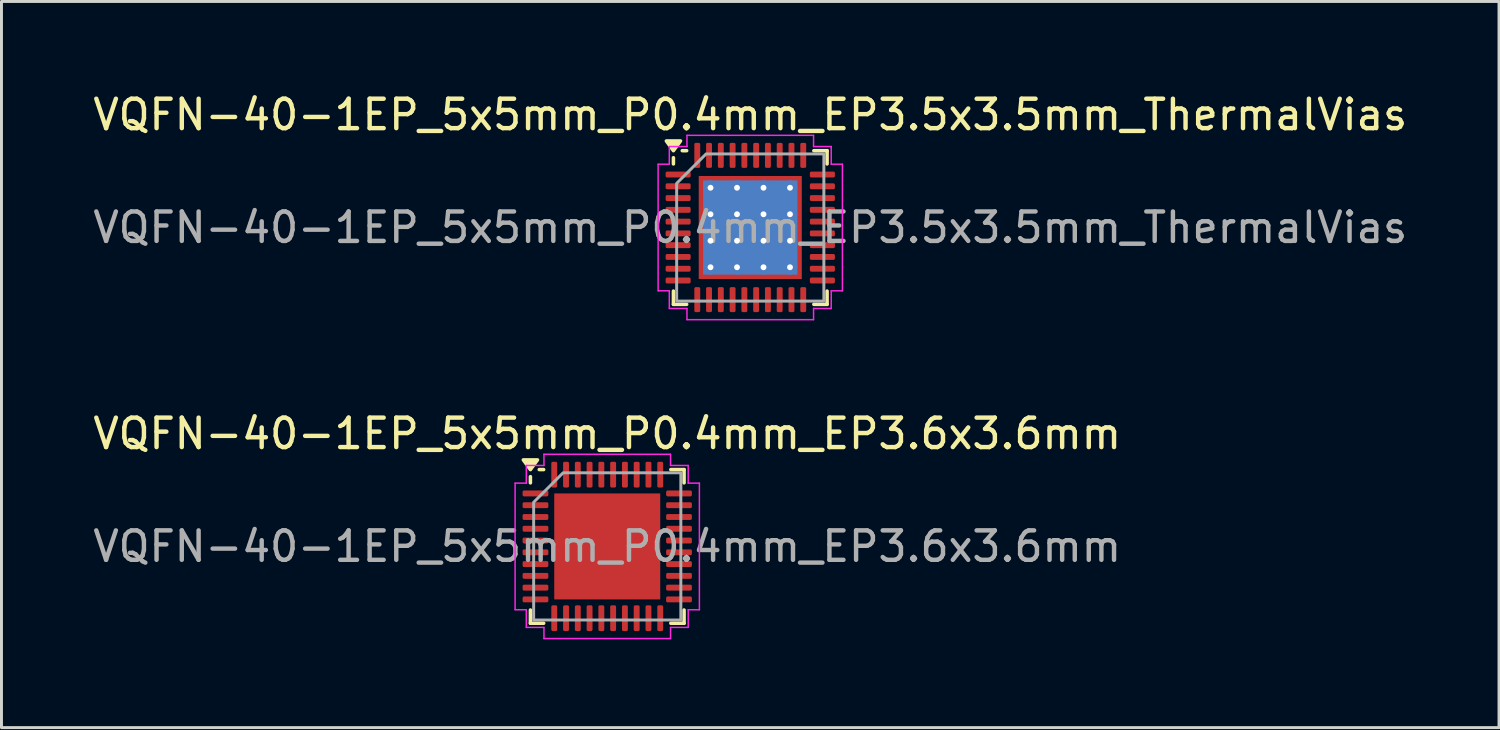
<source format=kicad_pcb>
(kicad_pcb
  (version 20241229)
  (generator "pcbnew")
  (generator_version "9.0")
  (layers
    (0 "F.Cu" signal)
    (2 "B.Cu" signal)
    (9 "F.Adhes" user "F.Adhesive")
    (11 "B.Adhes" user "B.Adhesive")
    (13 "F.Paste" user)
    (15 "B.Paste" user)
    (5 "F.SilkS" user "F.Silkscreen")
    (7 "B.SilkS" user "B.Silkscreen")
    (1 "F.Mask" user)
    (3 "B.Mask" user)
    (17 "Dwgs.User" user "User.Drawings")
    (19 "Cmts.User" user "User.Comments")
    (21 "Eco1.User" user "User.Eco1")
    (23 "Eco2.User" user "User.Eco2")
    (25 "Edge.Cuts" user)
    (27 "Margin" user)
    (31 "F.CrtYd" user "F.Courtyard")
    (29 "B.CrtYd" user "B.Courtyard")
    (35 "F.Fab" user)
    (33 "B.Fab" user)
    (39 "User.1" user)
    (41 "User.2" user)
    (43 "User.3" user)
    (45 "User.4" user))
  (footprint "VQFN-40-1EP_5x5mm_P0.4mm_EP3.6x3.6mm"
    (layer "F.Cu")
    (at 17.577 15.511)
    (property "Reference" "VQFN-40-1EP_5x5mm_P0.4mm_EP3.6x3.6mm" (at 0 -3.83 0) (layer "F.SilkS") (effects (font (size 1 1) (thickness 0.15))))
    (attr smd)
    (fp_line (start -2.61 -2.16) (end -2.61 -2.37) (stroke (width 0.12) (type solid)) (layer "F.SilkS"))
    (fp_line (start -2.61 2.61) (end -2.61 2.16) (stroke (width 0.12) (type solid)) (layer "F.SilkS"))
    (fp_line (start -2.16 -2.61) (end -2.31 -2.61) (stroke (width 0.12) (type solid)) (layer "F.SilkS"))
    (fp_line (start -2.16 2.61) (end -2.61 2.61) (stroke (width 0.12) (type solid)) (layer "F.SilkS"))
    (fp_line (start 2.16 -2.61) (end 2.61 -2.61) (stroke (width 0.12) (type solid)) (layer "F.SilkS"))
    (fp_line (start 2.16 2.61) (end 2.61 2.61) (stroke (width 0.12) (type solid)) (layer "F.SilkS"))
    (fp_line (start 2.61 -2.61) (end 2.61 -2.16) (stroke (width 0.12) (type solid)) (layer "F.SilkS"))
    (fp_line (start 2.61 2.61) (end 2.61 2.16) (stroke (width 0.12) (type solid)) (layer "F.SilkS"))
    (fp_poly (pts (xy -2.61 -2.61) (xy -2.85 -2.94) (xy -2.37 -2.94)) (stroke (width 0.12) (type solid)) (fill yes) (layer "F.SilkS"))
    (fp_line (start -3.13 -2.15) (end -2.75 -2.15) (stroke (width 0.05) (type solid)) (layer "F.CrtYd"))
    (fp_line (start -3.13 2.15) (end -3.13 -2.15) (stroke (width 0.05) (type solid)) (layer "F.CrtYd"))
    (fp_line (start -2.75 -2.75) (end -2.15 -2.75) (stroke (width 0.05) (type solid)) (layer "F.CrtYd"))
    (fp_line (start -2.75 -2.15) (end -2.75 -2.75) (stroke (width 0.05) (type solid)) (layer "F.CrtYd"))
    (fp_line (start -2.75 2.15) (end -3.13 2.15) (stroke (width 0.05) (type solid)) (layer "F.CrtYd"))
    (fp_line (start -2.75 2.75) (end -2.75 2.15) (stroke (width 0.05) (type solid)) (layer "F.CrtYd"))
    (fp_line (start -2.15 -3.13) (end 2.15 -3.13) (stroke (width 0.05) (type solid)) (layer "F.CrtYd"))
    (fp_line (start -2.15 -2.75) (end -2.15 -3.13) (stroke (width 0.05) (type solid)) (layer "F.CrtYd"))
    (fp_line (start -2.15 2.75) (end -2.75 2.75) (stroke (width 0.05) (type solid)) (layer "F.CrtYd"))
    (fp_line (start -2.15 3.13) (end -2.15 2.75) (stroke (width 0.05) (type solid)) (layer "F.CrtYd"))
    (fp_line (start 2.15 -3.13) (end 2.15 -2.75) (stroke (width 0.05) (type solid)) (layer "F.CrtYd"))
    (fp_line (start 2.15 -2.75) (end 2.75 -2.75) (stroke (width 0.05) (type solid)) (layer "F.CrtYd"))
    (fp_line (start 2.15 2.75) (end 2.15 3.13) (stroke (width 0.05) (type solid)) (layer "F.CrtYd"))
    (fp_line (start 2.15 3.13) (end -2.15 3.13) (stroke (width 0.05) (type solid)) (layer "F.CrtYd"))
    (fp_line (start 2.75 -2.75) (end 2.75 -2.15) (stroke (width 0.05) (type solid)) (layer "F.CrtYd"))
    (fp_line (start 2.75 -2.15) (end 3.13 -2.15) (stroke (width 0.05) (type solid)) (layer "F.CrtYd"))
    (fp_line (start 2.75 2.15) (end 2.75 2.75) (stroke (width 0.05) (type solid)) (layer "F.CrtYd"))
    (fp_line (start 2.75 2.75) (end 2.15 2.75) (stroke (width 0.05) (type solid)) (layer "F.CrtYd"))
    (fp_line (start 3.13 -2.15) (end 3.13 2.15) (stroke (width 0.05) (type solid)) (layer "F.CrtYd"))
    (fp_line (start 3.13 2.15) (end 2.75 2.15) (stroke (width 0.05) (type solid)) (layer "F.CrtYd"))
    (fp_poly (pts (xy -2.5 -1.5) (xy -2.5 2.5) (xy 2.5 2.5) (xy 2.5 -2.5) (xy -1.5 -2.5)) (stroke (width 0.1) (type solid)) (fill no) (layer "F.Fab"))
    (fp_text user "${REFERENCE}" (at 0 0 0) (layer "F.Fab") (effects (font (size 1 1) (thickness 0.15))))
    (pad "" smd roundrect (at -0.9 -0.9) (size 1.45 1.45) (layers "F.Paste") (roundrect_rratio 0.172))
    (pad "" smd roundrect (at -0.9 0.9) (size 1.45 1.45) (layers "F.Paste") (roundrect_rratio 0.172))
    (pad "" smd roundrect (at 0.9 -0.9) (size 1.45 1.45) (layers "F.Paste") (roundrect_rratio 0.172))
    (pad "" smd roundrect (at 0.9 0.9) (size 1.45 1.45) (layers "F.Paste") (roundrect_rratio 0.172))
    (pad "1" smd roundrect (at -2.438 -1.8) (size 0.875 0.2) (layers "F.Cu" "F.Mask" "F.Paste") (roundrect_rratio 0.25))
    (pad "2" smd roundrect (at -2.438 -1.4) (size 0.875 0.2) (layers "F.Cu" "F.Mask" "F.Paste") (roundrect_rratio 0.25))
    (pad "3" smd roundrect (at -2.438 -1) (size 0.875 0.2) (layers "F.Cu" "F.Mask" "F.Paste") (roundrect_rratio 0.25))
    (pad "4" smd roundrect (at -2.438 -0.6) (size 0.875 0.2) (layers "F.Cu" "F.Mask" "F.Paste") (roundrect_rratio 0.25))
    (pad "5" smd roundrect (at -2.438 -0.2) (size 0.875 0.2) (layers "F.Cu" "F.Mask" "F.Paste") (roundrect_rratio 0.25))
    (pad "6" smd roundrect (at -2.438 0.2) (size 0.875 0.2) (layers "F.Cu" "F.Mask" "F.Paste") (roundrect_rratio 0.25))
    (pad "7" smd roundrect (at -2.438 0.6) (size 0.875 0.2) (layers "F.Cu" "F.Mask" "F.Paste") (roundrect_rratio 0.25))
    (pad "8" smd roundrect (at -2.438 1) (size 0.875 0.2) (layers "F.Cu" "F.Mask" "F.Paste") (roundrect_rratio 0.25))
    (pad "9" smd roundrect (at -2.438 1.4) (size 0.875 0.2) (layers "F.Cu" "F.Mask" "F.Paste") (roundrect_rratio 0.25))
    (pad "10" smd roundrect (at -2.438 1.8) (size 0.875 0.2) (layers "F.Cu" "F.Mask" "F.Paste") (roundrect_rratio 0.25))
    (pad "11" smd roundrect (at -1.8 2.438) (size 0.2 0.875) (layers "F.Cu" "F.Mask" "F.Paste") (roundrect_rratio 0.25))
    (pad "12" smd roundrect (at -1.4 2.438) (size 0.2 0.875) (layers "F.Cu" "F.Mask" "F.Paste") (roundrect_rratio 0.25))
    (pad "13" smd roundrect (at -1 2.438) (size 0.2 0.875) (layers "F.Cu" "F.Mask" "F.Paste") (roundrect_rratio 0.25))
    (pad "14" smd roundrect (at -0.6 2.438) (size 0.2 0.875) (layers "F.Cu" "F.Mask" "F.Paste") (roundrect_rratio 0.25))
    (pad "15" smd roundrect (at -0.2 2.438) (size 0.2 0.875) (layers "F.Cu" "F.Mask" "F.Paste") (roundrect_rratio 0.25))
    (pad "16" smd roundrect (at 0.2 2.438) (size 0.2 0.875) (layers "F.Cu" "F.Mask" "F.Paste") (roundrect_rratio 0.25))
    (pad "17" smd roundrect (at 0.6 2.438) (size 0.2 0.875) (layers "F.Cu" "F.Mask" "F.Paste") (roundrect_rratio 0.25))
    (pad "18" smd roundrect (at 1 2.438) (size 0.2 0.875) (layers "F.Cu" "F.Mask" "F.Paste") (roundrect_rratio 0.25))
    (pad "19" smd roundrect (at 1.4 2.438) (size 0.2 0.875) (layers "F.Cu" "F.Mask" "F.Paste") (roundrect_rratio 0.25))
    (pad "20" smd roundrect (at 1.8 2.438) (size 0.2 0.875) (layers "F.Cu" "F.Mask" "F.Paste") (roundrect_rratio 0.25))
    (pad "21" smd roundrect (at 2.438 1.8) (size 0.875 0.2) (layers "F.Cu" "F.Mask" "F.Paste") (roundrect_rratio 0.25))
    (pad "22" smd roundrect (at 2.438 1.4) (size 0.875 0.2) (layers "F.Cu" "F.Mask" "F.Paste") (roundrect_rratio 0.25))
    (pad "23" smd roundrect (at 2.438 1) (size 0.875 0.2) (layers "F.Cu" "F.Mask" "F.Paste") (roundrect_rratio 0.25))
    (pad "24" smd roundrect (at 2.438 0.6) (size 0.875 0.2) (layers "F.Cu" "F.Mask" "F.Paste") (roundrect_rratio 0.25))
    (pad "25" smd roundrect (at 2.438 0.2) (size 0.875 0.2) (layers "F.Cu" "F.Mask" "F.Paste") (roundrect_rratio 0.25))
    (pad "26" smd roundrect (at 2.438 -0.2) (size 0.875 0.2) (layers "F.Cu" "F.Mask" "F.Paste") (roundrect_rratio 0.25))
    (pad "27" smd roundrect (at 2.438 -0.6) (size 0.875 0.2) (layers "F.Cu" "F.Mask" "F.Paste") (roundrect_rratio 0.25))
    (pad "28" smd roundrect (at 2.438 -1) (size 0.875 0.2) (layers "F.Cu" "F.Mask" "F.Paste") (roundrect_rratio 0.25))
    (pad "29" smd roundrect (at 2.438 -1.4) (size 0.875 0.2) (layers "F.Cu" "F.Mask" "F.Paste") (roundrect_rratio 0.25))
    (pad "30" smd roundrect (at 2.438 -1.8) (size 0.875 0.2) (layers "F.Cu" "F.Mask" "F.Paste") (roundrect_rratio 0.25))
    (pad "31" smd roundrect (at 1.8 -2.438) (size 0.2 0.875) (layers "F.Cu" "F.Mask" "F.Paste") (roundrect_rratio 0.25))
    (pad "32" smd roundrect (at 1.4 -2.438) (size 0.2 0.875) (layers "F.Cu" "F.Mask" "F.Paste") (roundrect_rratio 0.25))
    (pad "33" smd roundrect (at 1 -2.438) (size 0.2 0.875) (layers "F.Cu" "F.Mask" "F.Paste") (roundrect_rratio 0.25))
    (pad "34" smd roundrect (at 0.6 -2.438) (size 0.2 0.875) (layers "F.Cu" "F.Mask" "F.Paste") (roundrect_rratio 0.25))
    (pad "35" smd roundrect (at 0.2 -2.438) (size 0.2 0.875) (layers "F.Cu" "F.Mask" "F.Paste") (roundrect_rratio 0.25))
    (pad "36" smd roundrect (at -0.2 -2.438) (size 0.2 0.875) (layers "F.Cu" "F.Mask" "F.Paste") (roundrect_rratio 0.25))
    (pad "37" smd roundrect (at -0.6 -2.438) (size 0.2 0.875) (layers "F.Cu" "F.Mask" "F.Paste") (roundrect_rratio 0.25))
    (pad "38" smd roundrect (at -1 -2.438) (size 0.2 0.875) (layers "F.Cu" "F.Mask" "F.Paste") (roundrect_rratio 0.25))
    (pad "39" smd roundrect (at -1.4 -2.438) (size 0.2 0.875) (layers "F.Cu" "F.Mask" "F.Paste") (roundrect_rratio 0.25))
    (pad "40" smd roundrect (at -1.8 -2.438) (size 0.2 0.875) (layers "F.Cu" "F.Mask" "F.Paste") (roundrect_rratio 0.25))
    (pad "41" smd rect (at 0 0) (size 3.6 3.6) (property pad_prop_heatsink) (layers "F.Cu" "F.Mask")))
  (footprint "VQFN-40-1EP_5x5mm_P0.4mm_EP3.5x3.5mm_ThermalVias"
    (layer "F.Cu")
    (at 22.435 4.678)
    (property "Reference" "VQFN-40-1EP_5x5mm_P0.4mm_EP3.5x3.5mm_ThermalVias" (at 0 -3.83 0) (layer "F.SilkS") (effects (font (size 1 1) (thickness 0.15))))
    (attr smd)
    (fp_line (start -2.61 -2.16) (end -2.61 -2.37) (stroke (width 0.12) (type solid)) (layer "F.SilkS"))
    (fp_line (start -2.61 2.61) (end -2.61 2.16) (stroke (width 0.12) (type solid)) (layer "F.SilkS"))
    (fp_line (start -2.16 -2.61) (end -2.31 -2.61) (stroke (width 0.12) (type solid)) (layer "F.SilkS"))
    (fp_line (start -2.16 2.61) (end -2.61 2.61) (stroke (width 0.12) (type solid)) (layer "F.SilkS"))
    (fp_line (start 2.16 -2.61) (end 2.61 -2.61) (stroke (width 0.12) (type solid)) (layer "F.SilkS"))
    (fp_line (start 2.16 2.61) (end 2.61 2.61) (stroke (width 0.12) (type solid)) (layer "F.SilkS"))
    (fp_line (start 2.61 -2.61) (end 2.61 -2.16) (stroke (width 0.12) (type solid)) (layer "F.SilkS"))
    (fp_line (start 2.61 2.61) (end 2.61 2.16) (stroke (width 0.12) (type solid)) (layer "F.SilkS"))
    (fp_poly (pts (xy -2.61 -2.61) (xy -2.85 -2.94) (xy -2.37 -2.94)) (stroke (width 0.12) (type solid)) (fill yes) (layer "F.SilkS"))
    (fp_line (start -3.13 -2.15) (end -2.75 -2.15) (stroke (width 0.05) (type solid)) (layer "F.CrtYd"))
    (fp_line (start -3.13 2.15) (end -3.13 -2.15) (stroke (width 0.05) (type solid)) (layer "F.CrtYd"))
    (fp_line (start -2.75 -2.75) (end -2.15 -2.75) (stroke (width 0.05) (type solid)) (layer "F.CrtYd"))
    (fp_line (start -2.75 -2.15) (end -2.75 -2.75) (stroke (width 0.05) (type solid)) (layer "F.CrtYd"))
    (fp_line (start -2.75 2.15) (end -3.13 2.15) (stroke (width 0.05) (type solid)) (layer "F.CrtYd"))
    (fp_line (start -2.75 2.75) (end -2.75 2.15) (stroke (width 0.05) (type solid)) (layer "F.CrtYd"))
    (fp_line (start -2.15 -3.13) (end 2.15 -3.13) (stroke (width 0.05) (type solid)) (layer "F.CrtYd"))
    (fp_line (start -2.15 -2.75) (end -2.15 -3.13) (stroke (width 0.05) (type solid)) (layer "F.CrtYd"))
    (fp_line (start -2.15 2.75) (end -2.75 2.75) (stroke (width 0.05) (type solid)) (layer "F.CrtYd"))
    (fp_line (start -2.15 3.13) (end -2.15 2.75) (stroke (width 0.05) (type solid)) (layer "F.CrtYd"))
    (fp_line (start 2.15 -3.13) (end 2.15 -2.75) (stroke (width 0.05) (type solid)) (layer "F.CrtYd"))
    (fp_line (start 2.15 -2.75) (end 2.75 -2.75) (stroke (width 0.05) (type solid)) (layer "F.CrtYd"))
    (fp_line (start 2.15 2.75) (end 2.15 3.13) (stroke (width 0.05) (type solid)) (layer "F.CrtYd"))
    (fp_line (start 2.15 3.13) (end -2.15 3.13) (stroke (width 0.05) (type solid)) (layer "F.CrtYd"))
    (fp_line (start 2.75 -2.75) (end 2.75 -2.15) (stroke (width 0.05) (type solid)) (layer "F.CrtYd"))
    (fp_line (start 2.75 -2.15) (end 3.13 -2.15) (stroke (width 0.05) (type solid)) (layer "F.CrtYd"))
    (fp_line (start 2.75 2.15) (end 2.75 2.75) (stroke (width 0.05) (type solid)) (layer "F.CrtYd"))
    (fp_line (start 2.75 2.75) (end 2.15 2.75) (stroke (width 0.05) (type solid)) (layer "F.CrtYd"))
    (fp_line (start 3.13 -2.15) (end 3.13 2.15) (stroke (width 0.05) (type solid)) (layer "F.CrtYd"))
    (fp_line (start 3.13 2.15) (end 2.75 2.15) (stroke (width 0.05) (type solid)) (layer "F.CrtYd"))
    (fp_poly (pts (xy -2.5 -1.5) (xy -2.5 2.5) (xy 2.5 2.5) (xy 2.5 -2.5) (xy -1.5 -2.5)) (stroke (width 0.1) (type solid)) (fill no) (layer "F.Fab"))
    (fp_text user "${REFERENCE}" (at 0 0 0) (layer "F.Fab") (effects (font (size 1 1) (thickness 0.15))))
    (pad "" smd roundrect (at -0.875 -0.875) (size 1.52 1.52) (layers "F.Paste") (roundrect_rratio 0.164))
    (pad "" smd roundrect (at -0.875 0.875) (size 1.52 1.52) (layers "F.Paste") (roundrect_rratio 0.164))
    (pad "" smd roundrect (at 0.875 -0.875) (size 1.52 1.52) (layers "F.Paste") (roundrect_rratio 0.164))
    (pad "" smd roundrect (at 0.875 0.875) (size 1.52 1.52) (layers "F.Paste") (roundrect_rratio 0.164))
    (pad "1" smd roundrect (at -2.45 -1.8) (size 0.85 0.2) (layers "F.Cu" "F.Mask" "F.Paste") (roundrect_rratio 0.25))
    (pad "2" smd roundrect (at -2.45 -1.4) (size 0.85 0.2) (layers "F.Cu" "F.Mask" "F.Paste") (roundrect_rratio 0.25))
    (pad "3" smd roundrect (at -2.45 -1) (size 0.85 0.2) (layers "F.Cu" "F.Mask" "F.Paste") (roundrect_rratio 0.25))
    (pad "4" smd roundrect (at -2.45 -0.6) (size 0.85 0.2) (layers "F.Cu" "F.Mask" "F.Paste") (roundrect_rratio 0.25))
    (pad "5" smd roundrect (at -2.45 -0.2) (size 0.85 0.2) (layers "F.Cu" "F.Mask" "F.Paste") (roundrect_rratio 0.25))
    (pad "6" smd roundrect (at -2.45 0.2) (size 0.85 0.2) (layers "F.Cu" "F.Mask" "F.Paste") (roundrect_rratio 0.25))
    (pad "7" smd roundrect (at -2.45 0.6) (size 0.85 0.2) (layers "F.Cu" "F.Mask" "F.Paste") (roundrect_rratio 0.25))
    (pad "8" smd roundrect (at -2.45 1) (size 0.85 0.2) (layers "F.Cu" "F.Mask" "F.Paste") (roundrect_rratio 0.25))
    (pad "9" smd roundrect (at -2.45 1.4) (size 0.85 0.2) (layers "F.Cu" "F.Mask" "F.Paste") (roundrect_rratio 0.25))
    (pad "10" smd roundrect (at -2.45 1.8) (size 0.85 0.2) (layers "F.Cu" "F.Mask" "F.Paste") (roundrect_rratio 0.25))
    (pad "11" smd roundrect (at -1.8 2.45) (size 0.2 0.85) (layers "F.Cu" "F.Mask" "F.Paste") (roundrect_rratio 0.25))
    (pad "12" smd roundrect (at -1.4 2.45) (size 0.2 0.85) (layers "F.Cu" "F.Mask" "F.Paste") (roundrect_rratio 0.25))
    (pad "13" smd roundrect (at -1 2.45) (size 0.2 0.85) (layers "F.Cu" "F.Mask" "F.Paste") (roundrect_rratio 0.25))
    (pad "14" smd roundrect (at -0.6 2.45) (size 0.2 0.85) (layers "F.Cu" "F.Mask" "F.Paste") (roundrect_rratio 0.25))
    (pad "15" smd roundrect (at -0.2 2.45) (size 0.2 0.85) (layers "F.Cu" "F.Mask" "F.Paste") (roundrect_rratio 0.25))
    (pad "16" smd roundrect (at 0.2 2.45) (size 0.2 0.85) (layers "F.Cu" "F.Mask" "F.Paste") (roundrect_rratio 0.25))
    (pad "17" smd roundrect (at 0.6 2.45) (size 0.2 0.85) (layers "F.Cu" "F.Mask" "F.Paste") (roundrect_rratio 0.25))
    (pad "18" smd roundrect (at 1 2.45) (size 0.2 0.85) (layers "F.Cu" "F.Mask" "F.Paste") (roundrect_rratio 0.25))
    (pad "19" smd roundrect (at 1.4 2.45) (size 0.2 0.85) (layers "F.Cu" "F.Mask" "F.Paste") (roundrect_rratio 0.25))
    (pad "20" smd roundrect (at 1.8 2.45) (size 0.2 0.85) (layers "F.Cu" "F.Mask" "F.Paste") (roundrect_rratio 0.25))
    (pad "21" smd roundrect (at 2.45 1.8) (size 0.85 0.2) (layers "F.Cu" "F.Mask" "F.Paste") (roundrect_rratio 0.25))
    (pad "22" smd roundrect (at 2.45 1.4) (size 0.85 0.2) (layers "F.Cu" "F.Mask" "F.Paste") (roundrect_rratio 0.25))
    (pad "23" smd roundrect (at 2.45 1) (size 0.85 0.2) (layers "F.Cu" "F.Mask" "F.Paste") (roundrect_rratio 0.25))
    (pad "24" smd roundrect (at 2.45 0.6) (size 0.85 0.2) (layers "F.Cu" "F.Mask" "F.Paste") (roundrect_rratio 0.25))
    (pad "25" smd roundrect (at 2.45 0.2) (size 0.85 0.2) (layers "F.Cu" "F.Mask" "F.Paste") (roundrect_rratio 0.25))
    (pad "26" smd roundrect (at 2.45 -0.2) (size 0.85 0.2) (layers "F.Cu" "F.Mask" "F.Paste") (roundrect_rratio 0.25))
    (pad "27" smd roundrect (at 2.45 -0.6) (size 0.85 0.2) (layers "F.Cu" "F.Mask" "F.Paste") (roundrect_rratio 0.25))
    (pad "28" smd roundrect (at 2.45 -1) (size 0.85 0.2) (layers "F.Cu" "F.Mask" "F.Paste") (roundrect_rratio 0.25))
    (pad "29" smd roundrect (at 2.45 -1.4) (size 0.85 0.2) (layers "F.Cu" "F.Mask" "F.Paste") (roundrect_rratio 0.25))
    (pad "30" smd roundrect (at 2.45 -1.8) (size 0.85 0.2) (layers "F.Cu" "F.Mask" "F.Paste") (roundrect_rratio 0.25))
    (pad "31" smd roundrect (at 1.8 -2.45) (size 0.2 0.85) (layers "F.Cu" "F.Mask" "F.Paste") (roundrect_rratio 0.25))
    (pad "32" smd roundrect (at 1.4 -2.45) (size 0.2 0.85) (layers "F.Cu" "F.Mask" "F.Paste") (roundrect_rratio 0.25))
    (pad "33" smd roundrect (at 1 -2.45) (size 0.2 0.85) (layers "F.Cu" "F.Mask" "F.Paste") (roundrect_rratio 0.25))
    (pad "34" smd roundrect (at 0.6 -2.45) (size 0.2 0.85) (layers "F.Cu" "F.Mask" "F.Paste") (roundrect_rratio 0.25))
    (pad "35" smd roundrect (at 0.2 -2.45) (size 0.2 0.85) (layers "F.Cu" "F.Mask" "F.Paste") (roundrect_rratio 0.25))
    (pad "36" smd roundrect (at -0.2 -2.45) (size 0.2 0.85) (layers "F.Cu" "F.Mask" "F.Paste") (roundrect_rratio 0.25))
    (pad "37" smd roundrect (at -0.6 -2.45) (size 0.2 0.85) (layers "F.Cu" "F.Mask" "F.Paste") (roundrect_rratio 0.25))
    (pad "38" smd roundrect (at -1 -2.45) (size 0.2 0.85) (layers "F.Cu" "F.Mask" "F.Paste") (roundrect_rratio 0.25))
    (pad "39" smd roundrect (at -1.4 -2.45) (size 0.2 0.85) (layers "F.Cu" "F.Mask" "F.Paste") (roundrect_rratio 0.25))
    (pad "40" smd roundrect (at -1.8 -2.45) (size 0.2 0.85) (layers "F.Cu" "F.Mask" "F.Paste") (roundrect_rratio 0.25))
    (pad "41" thru_hole circle (at -1.35 -1.35) (size 0.5 0.5) (drill 0.2) (property pad_prop_heatsink) (layers "*.Cu"))
    (pad "41" thru_hole circle (at -1.35 -0.45) (size 0.5 0.5) (drill 0.2) (property pad_prop_heatsink) (layers "*.Cu"))
    (pad "41" thru_hole circle (at -1.35 0.45) (size 0.5 0.5) (drill 0.2) (property pad_prop_heatsink) (layers "*.Cu"))
    (pad "41" thru_hole circle (at -1.35 1.35) (size 0.5 0.5) (drill 0.2) (property pad_prop_heatsink) (layers "*.Cu"))
    (pad "41" thru_hole circle (at -0.45 -1.35) (size 0.5 0.5) (drill 0.2) (property pad_prop_heatsink) (layers "*.Cu"))
    (pad "41" thru_hole circle (at -0.45 -0.45) (size 0.5 0.5) (drill 0.2) (property pad_prop_heatsink) (layers "*.Cu"))
    (pad "41" thru_hole circle (at -0.45 0.45) (size 0.5 0.5) (drill 0.2) (property pad_prop_heatsink) (layers "*.Cu"))
    (pad "41" thru_hole circle (at -0.45 1.35) (size 0.5 0.5) (drill 0.2) (property pad_prop_heatsink) (layers "*.Cu"))
    (pad "41" smd rect (at 0 0) (size 3.2 3.2) (property pad_prop_heatsink) (layers "B.Cu"))
    (pad "41" smd rect (at 0 0) (size 3.5 3.5) (property pad_prop_heatsink) (layers "F.Cu" "F.Mask"))
    (pad "41" thru_hole circle (at 0.45 -1.35) (size 0.5 0.5) (drill 0.2) (property pad_prop_heatsink) (layers "*.Cu"))
    (pad "41" thru_hole circle (at 0.45 -0.45) (size 0.5 0.5) (drill 0.2) (property pad_prop_heatsink) (layers "*.Cu"))
    (pad "41" thru_hole circle (at 0.45 0.45) (size 0.5 0.5) (drill 0.2) (property pad_prop_heatsink) (layers "*.Cu"))
    (pad "41" thru_hole circle (at 0.45 1.35) (size 0.5 0.5) (drill 0.2) (property pad_prop_heatsink) (layers "*.Cu"))
    (pad "41" thru_hole circle (at 1.35 -1.35) (size 0.5 0.5) (drill 0.2) (property pad_prop_heatsink) (layers "*.Cu"))
    (pad "41" thru_hole circle (at 1.35 -0.45) (size 0.5 0.5) (drill 0.2) (property pad_prop_heatsink) (layers "*.Cu"))
    (pad "41" thru_hole circle (at 1.35 0.45) (size 0.5 0.5) (drill 0.2) (property pad_prop_heatsink) (layers "*.Cu"))
    (pad "41" thru_hole circle (at 1.35 1.35) (size 0.5 0.5) (drill 0.2) (property pad_prop_heatsink) (layers "*.Cu")))
  (gr_rect
    (start -3 -3)
    (end 47.869 21.666)
    (stroke (width 0.1) (type default))
    (fill no)
    (layer "Edge.Cuts")))
</source>
